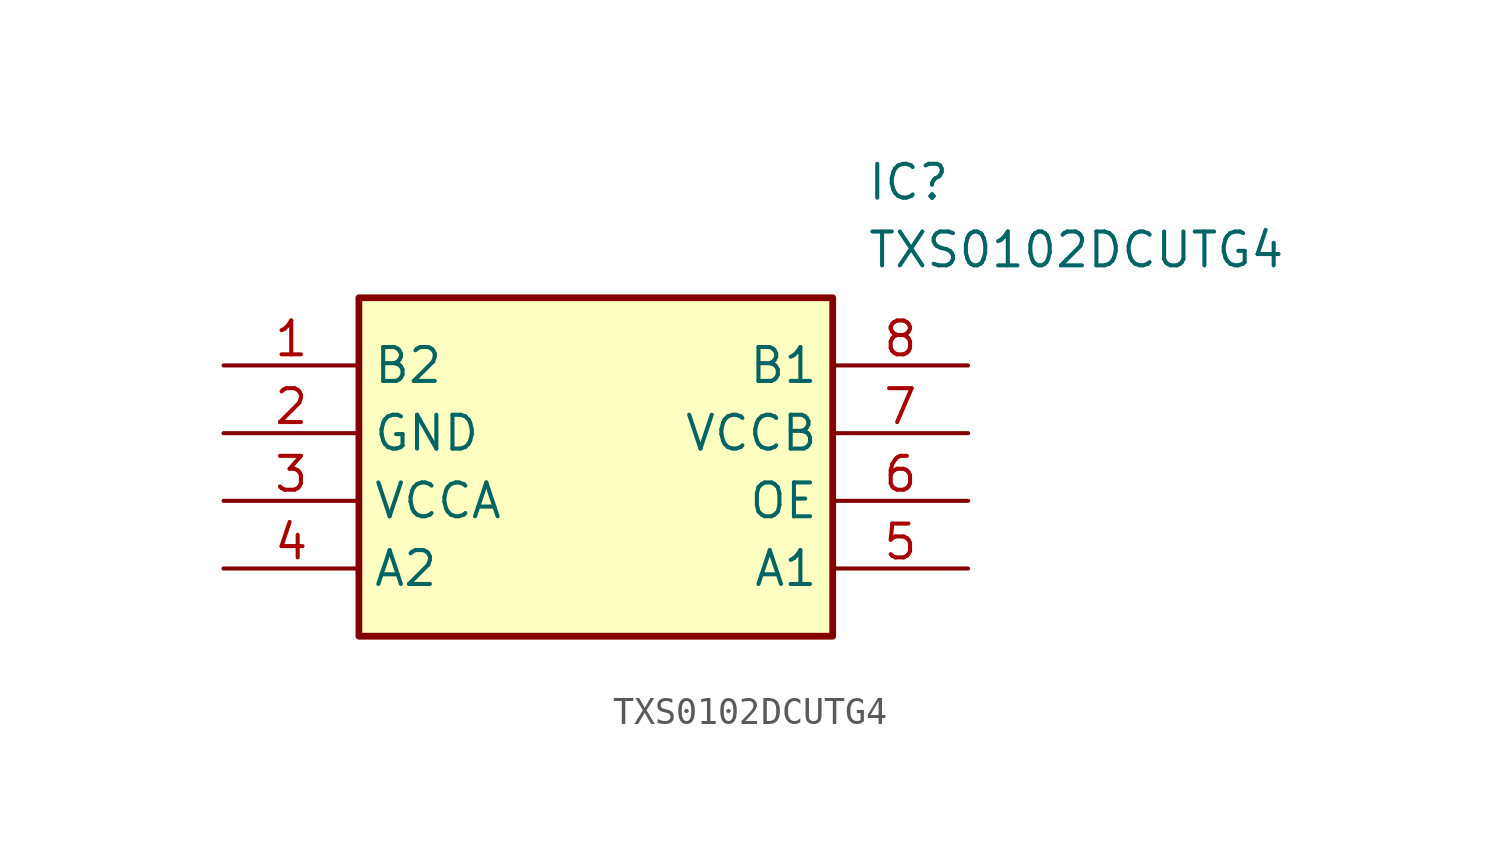
<source format=kicad_sym>
(kicad_symbol_lib
  (version 20211014)
  (generator SamacSys_ECAD_Model)
  (symbol "TXS0102DCUTG4"
    (property "Reference" "IC"
      (at 24.13 7.62 0)
      (effects (font (size 1.27 1.27)) (justify left top)))
    (property "Value" "TXS0102DCUTG4"
      (at 24.13 5.08 0)
      (effects (font (size 1.27 1.27)) (justify left top)))
    (rectangle
      (start 5.08 2.54)
      (end 22.86 -10.16)
      (stroke (width 0.254) (type default))
      (fill (type background)))
    (pin passive line
      (at 0 0 0)
      (length 5.08)
      (name "B2" (effects (font (size 1.27 1.27))))
      (number "1" (effects (font (size 1.27 1.27)))))
    (pin passive line
      (at 0 -2.54 0)
      (length 5.08)
      (name "GND" (effects (font (size 1.27 1.27))))
      (number "2" (effects (font (size 1.27 1.27)))))
    (pin passive line
      (at 0 -5.08 0)
      (length 5.08)
      (name "VCCA" (effects (font (size 1.27 1.27))))
      (number "3" (effects (font (size 1.27 1.27)))))
    (pin passive line
      (at 0 -7.62 0)
      (length 5.08)
      (name "A2" (effects (font (size 1.27 1.27))))
      (number "4" (effects (font (size 1.27 1.27)))))
    (pin passive line
      (at 27.94 0 180)
      (length 5.08)
      (name "B1" (effects (font (size 1.27 1.27))))
      (number "8" (effects (font (size 1.27 1.27)))))
    (pin passive line
      (at 27.94 -2.54 180)
      (length 5.08)
      (name "VCCB" (effects (font (size 1.27 1.27))))
      (number "7" (effects (font (size 1.27 1.27)))))
    (pin passive line
      (at 27.94 -5.08 180)
      (length 5.08)
      (name "OE" (effects (font (size 1.27 1.27))))
      (number "6" (effects (font (size 1.27 1.27)))))
    (pin passive line
      (at 27.94 -7.62 180)
      (length 5.08)
      (name "A1" (effects (font (size 1.27 1.27))))
      (number "5" (effects (font (size 1.27 1.27)))))))
</source>
